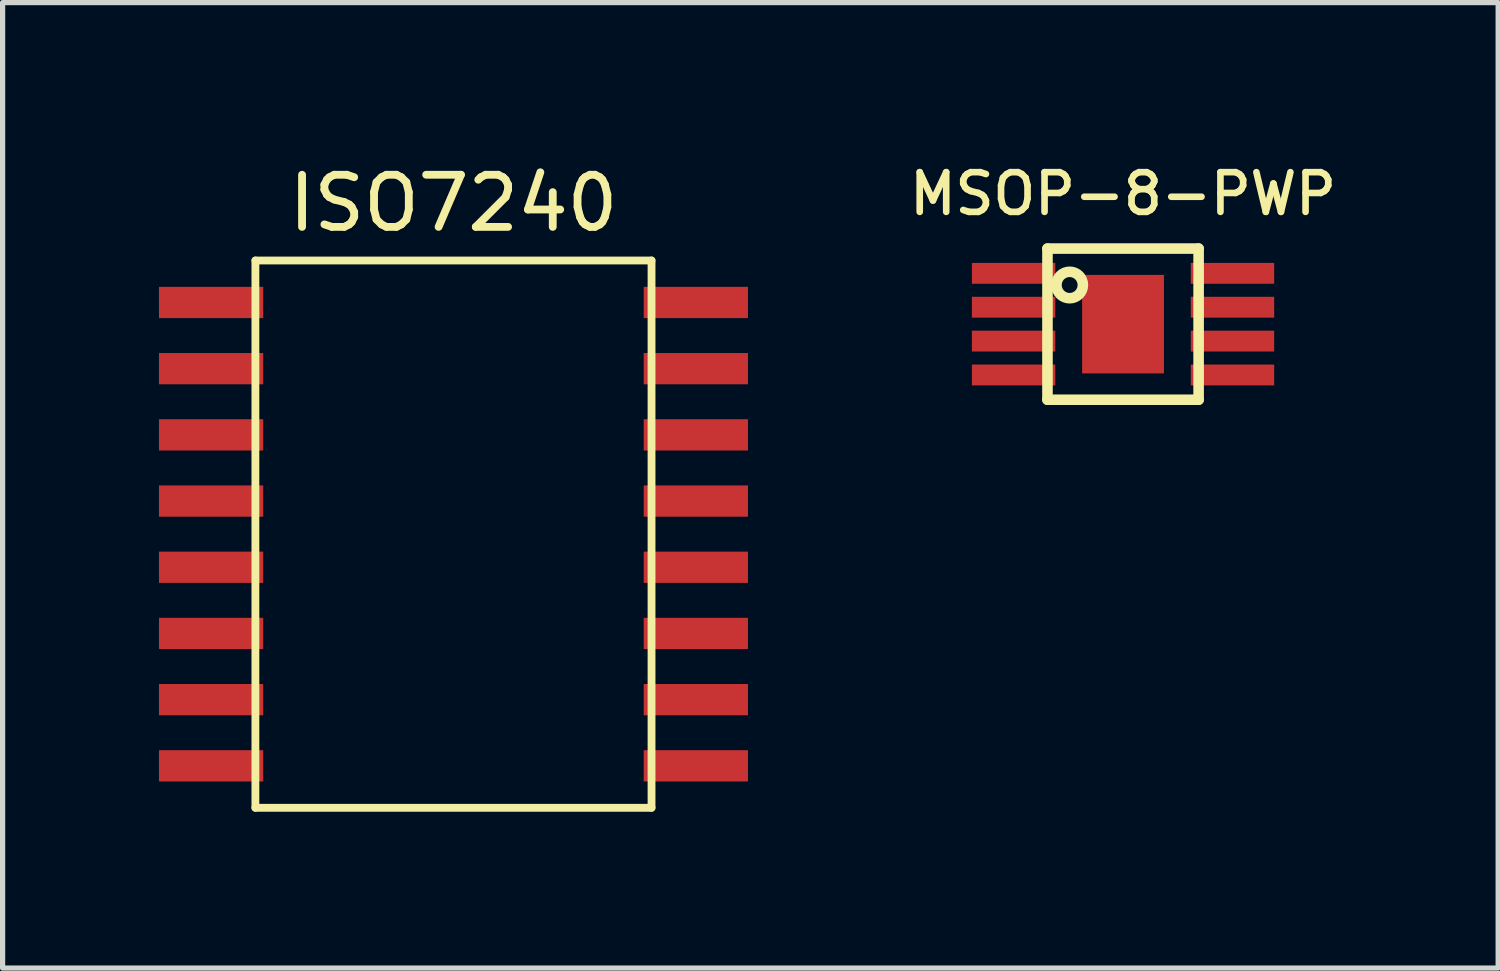
<source format=kicad_pcb>
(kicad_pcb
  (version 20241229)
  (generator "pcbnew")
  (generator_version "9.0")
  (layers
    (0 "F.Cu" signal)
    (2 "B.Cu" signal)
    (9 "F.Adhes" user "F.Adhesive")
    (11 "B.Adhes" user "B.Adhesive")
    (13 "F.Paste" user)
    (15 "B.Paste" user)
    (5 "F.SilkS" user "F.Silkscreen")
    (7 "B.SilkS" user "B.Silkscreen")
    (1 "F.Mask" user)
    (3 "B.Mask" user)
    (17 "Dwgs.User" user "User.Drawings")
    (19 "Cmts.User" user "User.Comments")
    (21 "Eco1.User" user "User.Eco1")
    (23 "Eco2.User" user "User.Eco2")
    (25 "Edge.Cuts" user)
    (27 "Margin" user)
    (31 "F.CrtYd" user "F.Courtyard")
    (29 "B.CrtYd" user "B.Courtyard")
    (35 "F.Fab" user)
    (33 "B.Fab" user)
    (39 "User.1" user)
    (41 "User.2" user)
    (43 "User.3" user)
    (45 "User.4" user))
  (footprint "MSOP-8-PWP"
    (layer "F.Cu")
    (at 18.496 3.169)
    (property "Reference" "MSOP-8-PWP" (at 0 -2.5 0) (layer "F.SilkS") (effects (font (size 0.762 0.762) (thickness 0.127))))
    (attr smd)
    (fp_line (start -1.45 -1.45) (end 1.45 -1.45) (stroke (width 0.203) (type solid)) (layer "F.SilkS"))
    (fp_line (start -1.45 1.45) (end -1.45 -1.45) (stroke (width 0.203) (type solid)) (layer "F.SilkS"))
    (fp_line (start 1.45 -1.45) (end 1.45 1.45) (stroke (width 0.203) (type solid)) (layer "F.SilkS"))
    (fp_line (start 1.45 1.45) (end -1.45 1.45) (stroke (width 0.203) (type solid)) (layer "F.SilkS"))
    (fp_circle (center -1.024 -0.751) (end -0.77 -0.751) (stroke (width 0.203) (type solid)) (fill no) (layer "F.SilkS"))
    (pad "" smd rect (at 0 0 270) (size 1.89 1.57) (layers "F.Cu" "F.Mask" "F.Paste"))
    (pad "1" smd rect (at -2.1 -0.975 270) (size 0.4 1.6) (layers "F.Cu" "F.Mask" "F.Paste"))
    (pad "2" smd rect (at -2.1 -0.325 270) (size 0.4 1.6) (layers "F.Cu" "F.Mask" "F.Paste"))
    (pad "3" smd rect (at -2.1 0.325 270) (size 0.4 1.6) (layers "F.Cu" "F.Mask" "F.Paste"))
    (pad "4" smd rect (at -2.1 0.975 270) (size 0.4 1.6) (layers "F.Cu" "F.Mask" "F.Paste"))
    (pad "5" smd rect (at 2.1 0.975 270) (size 0.4 1.6) (layers "F.Cu" "F.Mask" "F.Paste"))
    (pad "6" smd rect (at 2.1 0.325 270) (size 0.4 1.6) (layers "F.Cu" "F.Mask" "F.Paste"))
    (pad "7" smd rect (at 2.1 -0.325 270) (size 0.4 1.6) (layers "F.Cu" "F.Mask" "F.Paste"))
    (pad "8" smd rect (at 2.1 -0.975 270) (size 0.4 1.6) (layers "F.Cu" "F.Mask" "F.Paste")))
  (footprint "ISO7240"
    (layer "F.Cu")
    (at 5.65 7.198)
    (property "Reference" "ISO7240" (at 0 -6.35 0) (layer "F.SilkS") (effects (font (size 1 1) (thickness 0.15))))
    (attr through_hole)
    (fp_line (start -3.8 -5.25) (end 3.8 -5.25) (stroke (width 0.15) (type solid)) (layer "F.SilkS"))
    (fp_line (start -3.8 5.25) (end -3.8 -5.25) (stroke (width 0.15) (type solid)) (layer "F.SilkS"))
    (fp_line (start 3.8 -5.25) (end 3.8 5.25) (stroke (width 0.15) (type solid)) (layer "F.SilkS"))
    (fp_line (start 3.8 5.25) (end -3.8 5.25) (stroke (width 0.15) (type solid)) (layer "F.SilkS"))
    (pad "1" smd rect (at -4.65 -4.445) (size 2 0.6) (layers "F.Cu" "F.Mask" "F.Paste"))
    (pad "2" smd rect (at -4.65 -3.175) (size 2 0.6) (layers "F.Cu" "F.Mask" "F.Paste"))
    (pad "3" smd rect (at -4.65 -1.905) (size 2 0.6) (layers "F.Cu" "F.Mask" "F.Paste"))
    (pad "4" smd rect (at -4.65 -0.635) (size 2 0.6) (layers "F.Cu" "F.Mask" "F.Paste"))
    (pad "5" smd rect (at -4.65 0.635) (size 2 0.6) (layers "F.Cu" "F.Mask" "F.Paste"))
    (pad "6" smd rect (at -4.65 1.905) (size 2 0.6) (layers "F.Cu" "F.Mask" "F.Paste"))
    (pad "7" smd rect (at -4.65 3.175) (size 2 0.6) (layers "F.Cu" "F.Mask" "F.Paste"))
    (pad "8" smd rect (at -4.65 4.445) (size 2 0.6) (layers "F.Cu" "F.Mask" "F.Paste"))
    (pad "9" smd rect (at 4.65 4.445) (size 2 0.6) (layers "F.Cu" "F.Mask" "F.Paste"))
    (pad "10" smd rect (at 4.65 3.175) (size 2 0.6) (layers "F.Cu" "F.Mask" "F.Paste"))
    (pad "11" smd rect (at 4.65 1.905) (size 2 0.6) (layers "F.Cu" "F.Mask" "F.Paste"))
    (pad "12" smd rect (at 4.65 0.635) (size 2 0.6) (layers "F.Cu" "F.Mask" "F.Paste"))
    (pad "13" smd rect (at 4.65 -0.635) (size 2 0.6) (layers "F.Cu" "F.Mask" "F.Paste"))
    (pad "14" smd rect (at 4.65 -1.905) (size 2 0.6) (layers "F.Cu" "F.Mask" "F.Paste"))
    (pad "15" smd rect (at 4.65 -3.175) (size 2 0.6) (layers "F.Cu" "F.Mask" "F.Paste"))
    (pad "16" smd rect (at 4.65 -4.445) (size 2 0.6) (layers "F.Cu" "F.Mask" "F.Paste")))
  (gr_rect
    (start -3 -3)
    (end 25.693 15.523)
    (stroke (width 0.1) (type default))
    (fill no)
    (layer "Edge.Cuts")))
</source>
